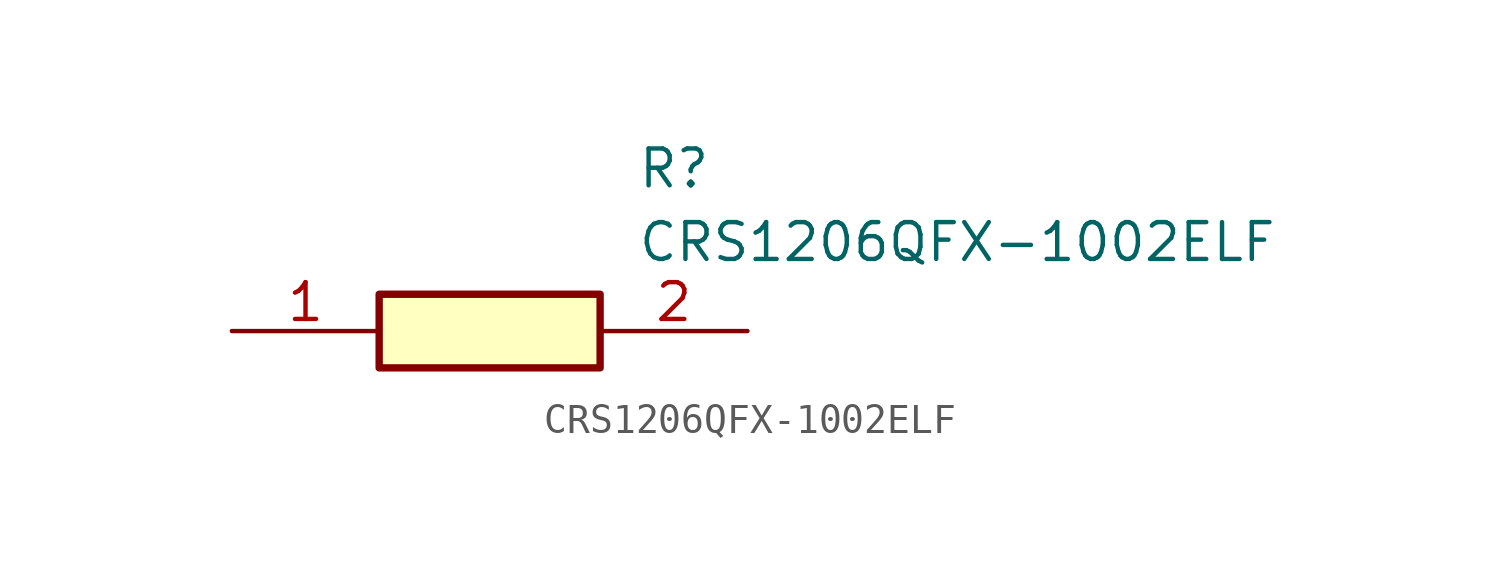
<source format=kicad_sym>
(kicad_symbol_lib
  (version 20211014)
  (generator SamacSys_ECAD_Model)
  (symbol "CRS1206QFX-1002ELF"
    (pin_names hide)
    (property "Reference" "R"
      (at 13.97 6.35 0)
      (effects (font (size 1.27 1.27)) (justify left top)))
    (property "Value" "CRS1206QFX-1002ELF"
      (at 13.97 3.81 0)
      (effects (font (size 1.27 1.27)) (justify left top)))
    (rectangle
      (start 5.08 1.27)
      (end 12.7 -1.27)
      (stroke (width 0.254) (type default))
      (fill (type background)))
    (pin passive line
      (at 0 0 0)
      (length 5.08)
      (name "1" (effects (font (size 1.27 1.27))))
      (number "1" (effects (font (size 1.27 1.27)))))
    (pin passive line
      (at 17.78 0 180)
      (length 5.08)
      (name "2" (effects (font (size 1.27 1.27))))
      (number "2" (effects (font (size 1.27 1.27)))))))
</source>
